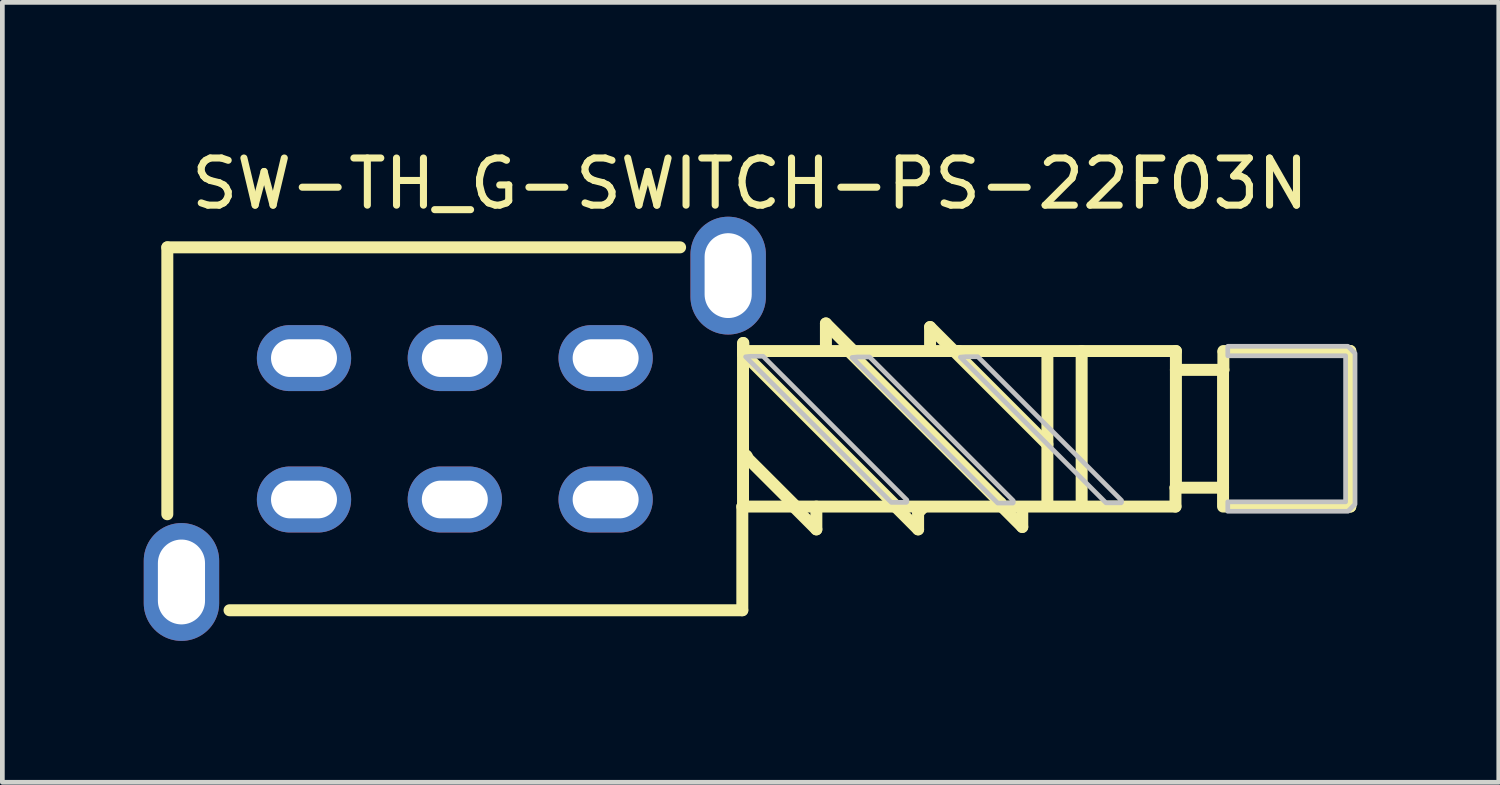
<source format=kicad_pcb>
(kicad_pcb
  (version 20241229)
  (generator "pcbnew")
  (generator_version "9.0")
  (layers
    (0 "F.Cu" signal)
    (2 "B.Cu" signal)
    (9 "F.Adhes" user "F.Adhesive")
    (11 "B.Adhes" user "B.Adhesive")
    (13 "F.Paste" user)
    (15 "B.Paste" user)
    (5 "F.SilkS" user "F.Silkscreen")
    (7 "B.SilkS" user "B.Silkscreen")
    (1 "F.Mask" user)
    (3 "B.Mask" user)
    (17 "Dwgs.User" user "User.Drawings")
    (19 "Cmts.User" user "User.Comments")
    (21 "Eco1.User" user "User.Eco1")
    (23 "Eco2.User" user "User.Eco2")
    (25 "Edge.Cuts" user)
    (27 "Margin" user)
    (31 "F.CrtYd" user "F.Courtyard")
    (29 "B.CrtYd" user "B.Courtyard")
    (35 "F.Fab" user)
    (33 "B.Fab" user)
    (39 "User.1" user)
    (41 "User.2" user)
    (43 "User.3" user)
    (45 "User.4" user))
  (footprint "SW-TH_G-SWITCH-PS-22F03N"
    (layer "F.Cu")
    (at 6.6 6.048)
    (property "Reference" "SW-TH_G-SWITCH-PS-22F03N" (at 6.263 -5.2 0) (layer "F.SilkS") (effects (font (size 1 1) (thickness 0.15))))
    (fp_line (start -6.1 -3.85) (end 4.78 -3.85) (stroke (width 0.254) (type default)) (layer "F.SilkS"))
    (fp_line (start -6.1 1.813) (end -6.1 -3.85) (stroke (width 0.254) (type default)) (layer "F.SilkS"))
    (fp_line (start 6.1 1.65) (end 6.1 3.85) (stroke (width 0.254) (type default)) (layer "F.SilkS"))
    (fp_line (start 6.1 3.85) (end -4.78 3.85) (stroke (width 0.254) (type default)) (layer "F.SilkS"))
    (fp_line (start 6.115 1.65) (end 6.115 -1.819) (stroke (width 0.254) (type default)) (layer "F.SilkS"))
    (fp_line (start 6.122 -1.821) (end 6.122 -1.65) (stroke (width 0.254) (type default)) (layer "F.SilkS"))
    (fp_line (start 6.122 -1.65) (end 6.122 -1.575) (stroke (width 0.254) (type default)) (layer "F.SilkS"))
    (fp_line (start 6.122 -1.575) (end 6.148 -1.575) (stroke (width 0.254) (type default)) (layer "F.SilkS"))
    (fp_line (start 6.122 1.65) (end 6.1 1.65) (stroke (width 0.254) (type default)) (layer "F.SilkS"))
    (fp_line (start 6.122 1.65) (end 6.115 1.65) (stroke (width 0.254) (type default)) (layer "F.SilkS"))
    (fp_line (start 6.148 -1.575) (end 9.373 1.65) (stroke (width 0.254) (type default)) (layer "F.SilkS"))
    (fp_line (start 6.172 0.559) (end 6.172 0.584) (stroke (width 0.254) (type default)) (layer "F.SilkS"))
    (fp_line (start 6.197 0.584) (end 6.197 0.61) (stroke (width 0.254) (type default)) (layer "F.SilkS"))
    (fp_line (start 6.197 0.61) (end 7.213 1.625) (stroke (width 0.254) (type default)) (layer "F.SilkS"))
    (fp_line (start 7.671 1.651) (end 7.671 2.134) (stroke (width 0.254) (type default)) (layer "F.SilkS"))
    (fp_line (start 7.671 2.134) (end 7.188 1.651) (stroke (width 0.254) (type default)) (layer "F.SilkS"))
    (fp_line (start 7.874 -2.235) (end 7.874 -1.651) (stroke (width 0.254) (type default)) (layer "F.SilkS"))
    (fp_line (start 8.357 -1.65) (end 8.306 -1.65) (stroke (width 0.254) (type default)) (layer "F.SilkS"))
    (fp_line (start 8.483 -1.625) (end 7.874 -2.235) (stroke (width 0.254) (type default)) (layer "F.SilkS"))
    (fp_line (start 9.322 1.625) (end 9.271 1.625) (stroke (width 0.254) (type default)) (layer "F.SilkS"))
    (fp_line (start 9.83 1.778) (end 9.83 2.134) (stroke (width 0.254) (type default)) (layer "F.SilkS"))
    (fp_line (start 9.83 2.134) (end 9.322 1.625) (stroke (width 0.254) (type default)) (layer "F.SilkS"))
    (fp_line (start 9.931 1.677) (end 9.83 1.778) (stroke (width 0.254) (type default)) (layer "F.SilkS"))
    (fp_line (start 10.084 -2.159) (end 10.084 -1.651) (stroke (width 0.254) (type default)) (layer "F.SilkS"))
    (fp_line (start 10.592 -1.651) (end 10.084 -2.159) (stroke (width 0.254) (type default)) (layer "F.SilkS"))
    (fp_line (start 10.592 -1.651) (end 10.465 -1.651) (stroke (width 0.254) (type default)) (layer "F.SilkS"))
    (fp_line (start 10.694 -1.651) (end 10.592 -1.651) (stroke (width 0.254) (type default)) (layer "F.SilkS"))
    (fp_line (start 11.582 1.575) (end 8.357 -1.65) (stroke (width 0.254) (type default)) (layer "F.SilkS"))
    (fp_line (start 11.582 1.625) (end 11.582 1.575) (stroke (width 0.254) (type default)) (layer "F.SilkS"))
    (fp_line (start 12.04 1.702) (end 12.04 2.083) (stroke (width 0.254) (type default)) (layer "F.SilkS"))
    (fp_line (start 12.04 2.083) (end 11.582 1.625) (stroke (width 0.254) (type default)) (layer "F.SilkS"))
    (fp_line (start 12.573 -1.55) (end 12.573 1.575) (stroke (width 0.254) (type default)) (layer "F.SilkS"))
    (fp_line (start 12.573 0.33) (end 10.592 -1.651) (stroke (width 0.254) (type default)) (layer "F.SilkS"))
    (fp_line (start 13.3 -1.651) (end 13.3 1.6) (stroke (width 0.254) (type default)) (layer "F.SilkS"))
    (fp_line (start 15.291 1.25) (end 15.291 1.65) (stroke (width 0.254) (type default)) (layer "F.SilkS"))
    (fp_line (start 15.291 1.65) (end 6.122 1.65) (stroke (width 0.254) (type default)) (layer "F.SilkS"))
    (fp_line (start 15.3 -1.65) (end 6.122 -1.65) (stroke (width 0.254) (type default)) (layer "F.SilkS"))
    (fp_line (start 15.3 -1.25) (end 15.3 -1.65) (stroke (width 0.254) (type default)) (layer "F.SilkS"))
    (fp_line (start 15.3 -1.25) (end 15.3 1.25) (stroke (width 0.254) (type default)) (layer "F.SilkS"))
    (fp_line (start 16.282 1.25) (end 15.291 1.25) (stroke (width 0.254) (type default)) (layer "F.SilkS"))
    (fp_line (start 16.3 -1.25) (end 16.3 1.25) (stroke (width 0.254) (type default)) (layer "F.SilkS"))
    (fp_line (start 16.3 1.25) (end 16.3 1.593) (stroke (width 0.254) (type default)) (layer "F.SilkS"))
    (fp_line (start 16.307 -1.65) (end 19 -1.65) (stroke (width 0.254) (type default)) (layer "F.SilkS"))
    (fp_line (start 16.307 -1.625) (end 16.307 -1.25) (stroke (width 0.254) (type default)) (layer "F.SilkS"))
    (fp_line (start 16.307 -1.25) (end 15.3 -1.25) (stroke (width 0.254) (type default)) (layer "F.SilkS"))
    (fp_line (start 19 -1.65) (end 19 1.65) (stroke (width 0.254) (type default)) (layer "F.SilkS"))
    (fp_line (start 19 1.65) (end 16.3 1.65) (stroke (width 0.254) (type default)) (layer "F.SilkS"))
    (fp_poly (pts (xy 6.28 -1.539) (xy 6.17 -1.528) (xy 9.261 1.561) (xy 9.581 1.561) (xy 9.591 1.551) (xy 9.591 1.511) (xy 6.54 -1.539)) (stroke (width 0.1) (type default)) (fill no) (layer "Dwgs.User"))
    (fp_poly (pts (xy 8.539 -1.524) (xy 8.429 -1.514) (xy 11.519 1.576) (xy 11.839 1.576) (xy 11.849 1.566) (xy 11.849 1.526) (xy 8.799 -1.524)) (stroke (width 0.1) (type default)) (fill no) (layer "Dwgs.User"))
    (fp_poly (pts (xy 10.836 -1.53) (xy 10.726 -1.52) (xy 13.816 1.571) (xy 14.136 1.571) (xy 14.146 1.56) (xy 14.146 1.52) (xy 11.096 -1.53)) (stroke (width 0.1) (type default)) (fill no) (layer "Dwgs.User"))
    (fp_poly (pts (xy 16.4 -1.75) (xy 18.95 -1.75) (xy 19.1 -1.6) (xy 19.1 1.6) (xy 18.95 1.75) (xy 16.4 1.75) (xy 16.4 1.55) (xy 18.9 1.55) (xy 18.9 -1.55) (xy 16.4 -1.55)) (stroke (width 0.1) (type default)) (fill no) (layer "Dwgs.User"))
    (fp_poly (pts (xy -6.1 2.6) (xy -5.5 2.6) (xy -5.5 3.8) (xy -6.1 3.8)) (stroke (width 0.1) (type default)) (fill no) (layer "User.1"))
    (fp_poly (pts (xy -3.7 -1.7) (xy -2.7 -1.7) (xy -2.7 -1.3) (xy -3.7 -1.3)) (stroke (width 0.1) (type default)) (fill no) (layer "User.1"))
    (fp_poly (pts (xy -3.7 1.3) (xy -2.7 1.3) (xy -2.7 1.7) (xy -3.7 1.7)) (stroke (width 0.1) (type default)) (fill no) (layer "User.1"))
    (fp_poly (pts (xy -0.5 -1.7) (xy 0.5 -1.7) (xy 0.5 -1.3) (xy -0.5 -1.3)) (stroke (width 0.1) (type default)) (fill no) (layer "User.1"))
    (fp_poly (pts (xy -0.5 1.3) (xy 0.5 1.3) (xy 0.5 1.7) (xy -0.5 1.7)) (stroke (width 0.1) (type default)) (fill no) (layer "User.1"))
    (fp_poly (pts (xy 2.7 -1.7) (xy 3.7 -1.7) (xy 3.7 -1.3) (xy 2.7 -1.3)) (stroke (width 0.1) (type default)) (fill no) (layer "User.1"))
    (fp_poly (pts (xy 2.7 1.3) (xy 3.7 1.3) (xy 3.7 1.7) (xy 2.7 1.7)) (stroke (width 0.1) (type default)) (fill no) (layer "User.1"))
    (fp_poly (pts (xy 5.5 -3.8) (xy 6.1 -3.8) (xy 6.1 -2.6) (xy 5.5 -2.6)) (stroke (width 0.1) (type default)) (fill no) (layer "User.1"))
    (fp_line (start -6.1 -3.75) (end 6.1 -3.75) (stroke (width 0.051) (type default)) (layer "User.2"))
    (fp_line (start -6.1 3.75) (end -6.1 -3.75) (stroke (width 0.051) (type default)) (layer "User.2"))
    (fp_line (start 6.1 -3.75) (end 6.1 -1.917) (stroke (width 0.051) (type default)) (layer "User.2"))
    (fp_line (start 6.1 -1.917) (end 6.1 -1.655) (stroke (width 0.051) (type default)) (layer "User.2"))
    (fp_line (start 6.1 -1.655) (end 15.3 -1.655) (stroke (width 0.051) (type default)) (layer "User.2"))
    (fp_line (start 6.1 1.65) (end 6.1 3.75) (stroke (width 0.051) (type default)) (layer "User.2"))
    (fp_line (start 6.1 3.75) (end -6.1 3.75) (stroke (width 0.051) (type default)) (layer "User.2"))
    (fp_line (start 15.291 1.25) (end 15.291 1.65) (stroke (width 0.051) (type default)) (layer "User.2"))
    (fp_line (start 15.291 1.65) (end 6.1 1.65) (stroke (width 0.051) (type default)) (layer "User.2"))
    (fp_line (start 15.3 -1.655) (end 15.3 -1.25) (stroke (width 0.051) (type default)) (layer "User.2"))
    (fp_line (start 15.3 -1.25) (end 16.307 -1.25) (stroke (width 0.051) (type default)) (layer "User.2"))
    (fp_line (start 16.3 1.25) (end 15.291 1.25) (stroke (width 0.051) (type default)) (layer "User.2"))
    (fp_line (start 16.3 1.65) (end 16.3 1.25) (stroke (width 0.051) (type default)) (layer "User.2"))
    (fp_line (start 16.307 -1.625) (end 19 -1.625) (stroke (width 0.051) (type default)) (layer "User.2"))
    (fp_line (start 16.307 -1.25) (end 16.307 -1.625) (stroke (width 0.051) (type default)) (layer "User.2"))
    (fp_line (start 19 -1.625) (end 19 1.65) (stroke (width 0.051) (type default)) (layer "User.2"))
    (fp_line (start 19 1.65) (end 16.3 1.65) (stroke (width 0.051) (type default)) (layer "User.2"))
    (fp_poly (pts (xy -6.045 -3.823) (xy -6.077 -3.855) (xy -6.123 -3.855) (xy -6.155 -3.823) (xy -6.155 -3.777) (xy -6.123 -3.745) (xy -6.077 -3.745) (xy -6.045 -3.777)) (stroke (width 0.1) (type default)) (fill no) (layer "User.3"))
    (pad "1" thru_hole oval (at -3.2 -1.5) (size 2 1.4) (drill oval 1.4 0.8) (layers "*.Cu" "*.Mask"))
    (pad "2" thru_hole oval (at 0 -1.5) (size 2 1.4) (drill oval 1.4 0.8) (layers "*.Cu" "*.Mask"))
    (pad "3" thru_hole oval (at 3.2 -1.5) (size 2 1.4) (drill oval 1.4 0.8) (layers "*.Cu" "*.Mask"))
    (pad "4" thru_hole oval (at -3.2 1.5) (size 2 1.4) (drill oval 1.4 0.8) (layers "*.Cu" "*.Mask"))
    (pad "5" thru_hole oval (at 0 1.5) (size 2 1.4) (drill oval 1.4 0.8) (layers "*.Cu" "*.Mask"))
    (pad "6" thru_hole oval (at 3.2 1.5) (size 2 1.4) (drill oval 1.4 0.8) (layers "*.Cu" "*.Mask"))
    (pad "7" thru_hole oval (at -5.8 3.25) (size 1.6 2.5) (drill oval 1 1.8) (layers "*.Cu" "*.Mask"))
    (pad "8" thru_hole oval (at 5.8 -3.25) (size 1.6 2.5) (drill oval 1 1.8) (layers "*.Cu" "*.Mask")))
  (gr_rect
    (start -3 -3)
    (end 28.75 13.548)
    (stroke (width 0.1) (type default))
    (fill no)
    (layer "Edge.Cuts")))
</source>
